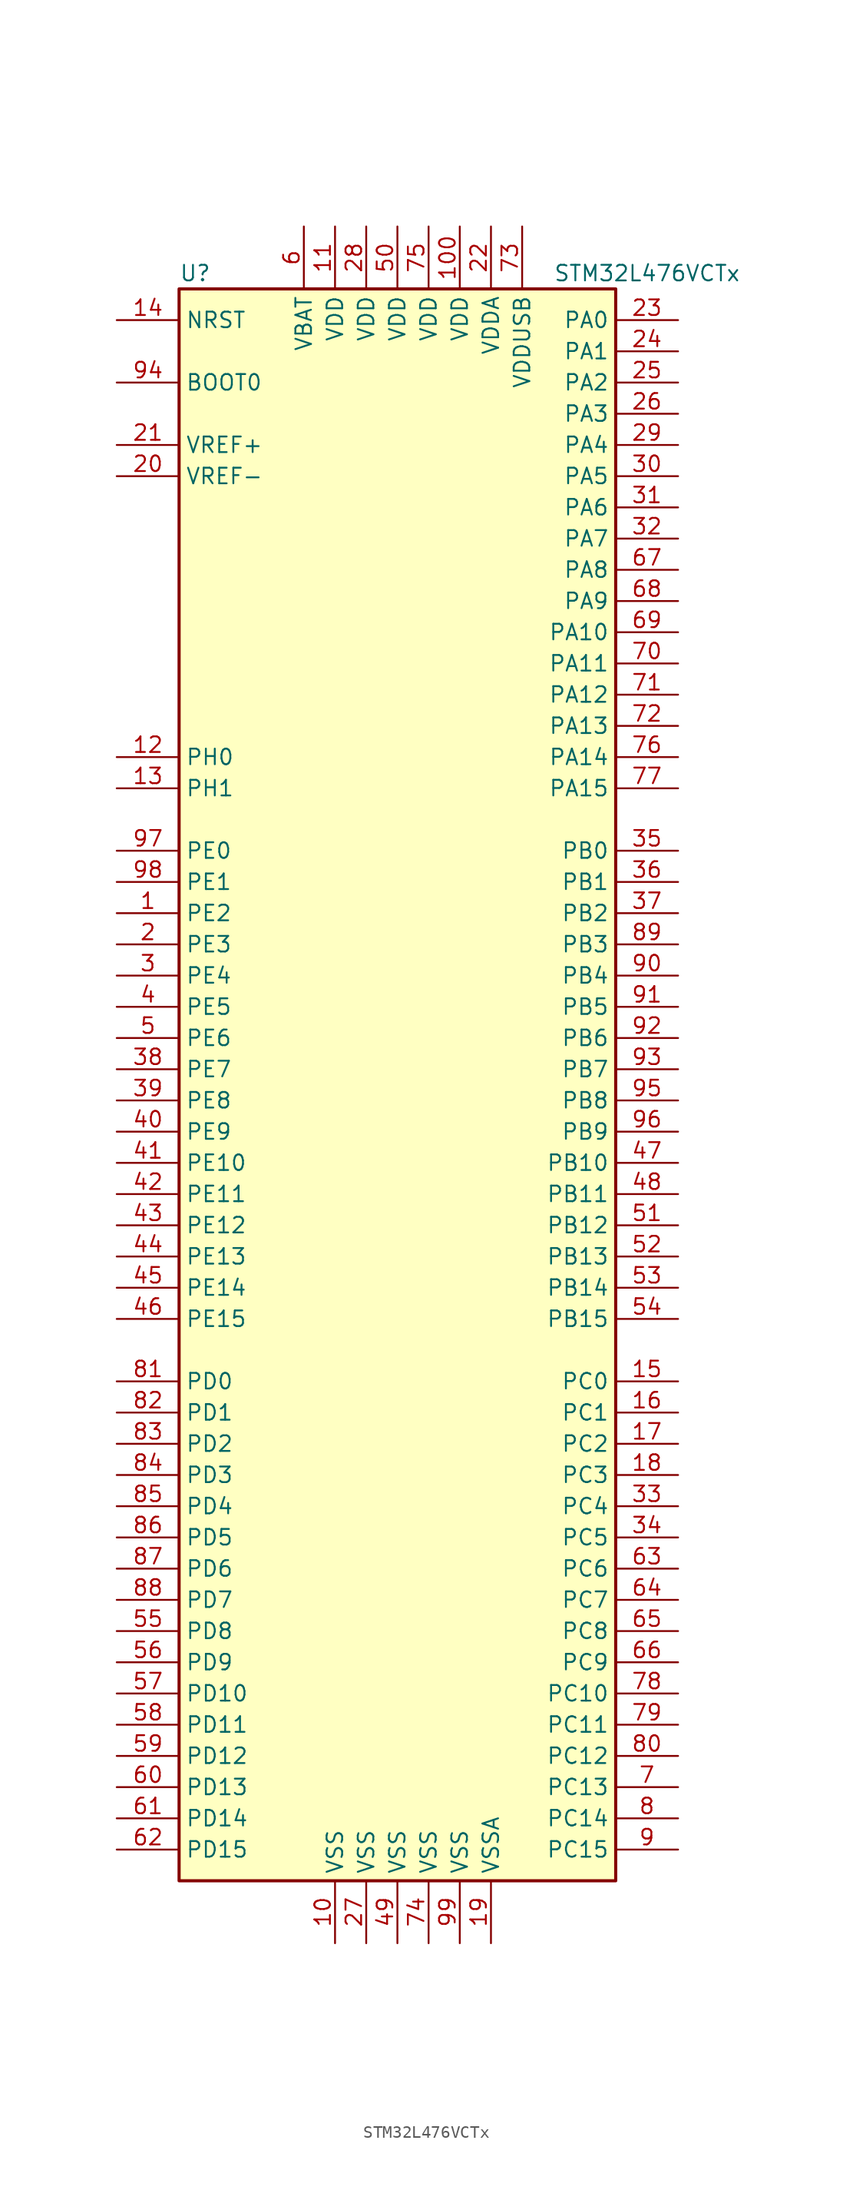
<source format=kicad_sym>
(kicad_symbol_lib
  (version 20201005)
  (generator kicad_symbol_editor)
  (symbol "MCU_ST_STM32L4:STM32L476VCTx"
    (property "Reference" "U"
      (at -17.78 64.77 0)
      (effects (font (size 1.27 1.27)) (justify left)))
    (property "Value" "STM32L476VCTx"
      (at 12.7 64.77 0)
      (effects (font (size 1.27 1.27)) (justify left)))
    (symbol "STM32L476VCTx_0_1"
      (rectangle (start -17.78 -66.04) (end 17.78 63.5) (stroke (width 0.254)) (fill (type background))))
    (symbol "STM32L476VCTx_1_1"
      (pin bidirectional line (at -22.86 12.7 0) (length 5.08) (name "PE2" (effects (font (size 1.27 1.27)))) (number "1" (effects (font (size 1.27 1.27)))))
      (pin power_in line (at -5.08 -71.12 90) (length 5.08) (name "VSS" (effects (font (size 1.27 1.27)))) (number "10" (effects (font (size 1.27 1.27)))))
      (pin power_in line (at 5.08 68.58 270) (length 5.08) (name "VDD" (effects (font (size 1.27 1.27)))) (number "100" (effects (font (size 1.27 1.27)))))
      (pin power_in line (at -5.08 68.58 270) (length 5.08) (name "VDD" (effects (font (size 1.27 1.27)))) (number "11" (effects (font (size 1.27 1.27)))))
      (pin input line (at -22.86 25.4 0) (length 5.08) (name "PH0" (effects (font (size 1.27 1.27)))) (number "12" (effects (font (size 1.27 1.27)))))
      (pin input line (at -22.86 22.86 0) (length 5.08) (name "PH1" (effects (font (size 1.27 1.27)))) (number "13" (effects (font (size 1.27 1.27)))))
      (pin input line (at -22.86 60.96 0) (length 5.08) (name "NRST" (effects (font (size 1.27 1.27)))) (number "14" (effects (font (size 1.27 1.27)))))
      (pin bidirectional line (at 22.86 -25.4 180) (length 5.08) (name "PC0" (effects (font (size 1.27 1.27)))) (number "15" (effects (font (size 1.27 1.27)))))
      (pin bidirectional line (at 22.86 -27.94 180) (length 5.08) (name "PC1" (effects (font (size 1.27 1.27)))) (number "16" (effects (font (size 1.27 1.27)))))
      (pin bidirectional line (at 22.86 -30.48 180) (length 5.08) (name "PC2" (effects (font (size 1.27 1.27)))) (number "17" (effects (font (size 1.27 1.27)))))
      (pin bidirectional line (at 22.86 -33.02 180) (length 5.08) (name "PC3" (effects (font (size 1.27 1.27)))) (number "18" (effects (font (size 1.27 1.27)))))
      (pin power_in line (at 7.62 -71.12 90) (length 5.08) (name "VSSA" (effects (font (size 1.27 1.27)))) (number "19" (effects (font (size 1.27 1.27)))))
      (pin bidirectional line (at -22.86 10.16 0) (length 5.08) (name "PE3" (effects (font (size 1.27 1.27)))) (number "2" (effects (font (size 1.27 1.27)))))
      (pin power_in line (at -22.86 48.26 0) (length 5.08) (name "VREF-" (effects (font (size 1.27 1.27)))) (number "20" (effects (font (size 1.27 1.27)))))
      (pin bidirectional line (at -22.86 50.8 0) (length 5.08) (name "VREF+" (effects (font (size 1.27 1.27)))) (number "21" (effects (font (size 1.27 1.27)))))
      (pin power_in line (at 7.62 68.58 270) (length 5.08) (name "VDDA" (effects (font (size 1.27 1.27)))) (number "22" (effects (font (size 1.27 1.27)))))
      (pin bidirectional line (at 22.86 60.96 180) (length 5.08) (name "PA0" (effects (font (size 1.27 1.27)))) (number "23" (effects (font (size 1.27 1.27)))))
      (pin bidirectional line (at 22.86 58.42 180) (length 5.08) (name "PA1" (effects (font (size 1.27 1.27)))) (number "24" (effects (font (size 1.27 1.27)))))
      (pin bidirectional line (at 22.86 55.88 180) (length 5.08) (name "PA2" (effects (font (size 1.27 1.27)))) (number "25" (effects (font (size 1.27 1.27)))))
      (pin bidirectional line (at 22.86 53.34 180) (length 5.08) (name "PA3" (effects (font (size 1.27 1.27)))) (number "26" (effects (font (size 1.27 1.27)))))
      (pin power_in line (at -2.54 -71.12 90) (length 5.08) (name "VSS" (effects (font (size 1.27 1.27)))) (number "27" (effects (font (size 1.27 1.27)))))
      (pin power_in line (at -2.54 68.58 270) (length 5.08) (name "VDD" (effects (font (size 1.27 1.27)))) (number "28" (effects (font (size 1.27 1.27)))))
      (pin bidirectional line (at 22.86 50.8 180) (length 5.08) (name "PA4" (effects (font (size 1.27 1.27)))) (number "29" (effects (font (size 1.27 1.27)))))
      (pin bidirectional line (at -22.86 7.62 0) (length 5.08) (name "PE4" (effects (font (size 1.27 1.27)))) (number "3" (effects (font (size 1.27 1.27)))))
      (pin bidirectional line (at 22.86 48.26 180) (length 5.08) (name "PA5" (effects (font (size 1.27 1.27)))) (number "30" (effects (font (size 1.27 1.27)))))
      (pin bidirectional line (at 22.86 45.72 180) (length 5.08) (name "PA6" (effects (font (size 1.27 1.27)))) (number "31" (effects (font (size 1.27 1.27)))))
      (pin bidirectional line (at 22.86 43.18 180) (length 5.08) (name "PA7" (effects (font (size 1.27 1.27)))) (number "32" (effects (font (size 1.27 1.27)))))
      (pin bidirectional line (at 22.86 -35.56 180) (length 5.08) (name "PC4" (effects (font (size 1.27 1.27)))) (number "33" (effects (font (size 1.27 1.27)))))
      (pin bidirectional line (at 22.86 -38.1 180) (length 5.08) (name "PC5" (effects (font (size 1.27 1.27)))) (number "34" (effects (font (size 1.27 1.27)))))
      (pin bidirectional line (at 22.86 17.78 180) (length 5.08) (name "PB0" (effects (font (size 1.27 1.27)))) (number "35" (effects (font (size 1.27 1.27)))))
      (pin bidirectional line (at 22.86 15.24 180) (length 5.08) (name "PB1" (effects (font (size 1.27 1.27)))) (number "36" (effects (font (size 1.27 1.27)))))
      (pin bidirectional line (at 22.86 12.7 180) (length 5.08) (name "PB2" (effects (font (size 1.27 1.27)))) (number "37" (effects (font (size 1.27 1.27)))))
      (pin bidirectional line (at -22.86 0 0) (length 5.08) (name "PE7" (effects (font (size 1.27 1.27)))) (number "38" (effects (font (size 1.27 1.27)))))
      (pin bidirectional line (at -22.86 -2.54 0) (length 5.08) (name "PE8" (effects (font (size 1.27 1.27)))) (number "39" (effects (font (size 1.27 1.27)))))
      (pin bidirectional line (at -22.86 5.08 0) (length 5.08) (name "PE5" (effects (font (size 1.27 1.27)))) (number "4" (effects (font (size 1.27 1.27)))))
      (pin bidirectional line (at -22.86 -5.08 0) (length 5.08) (name "PE9" (effects (font (size 1.27 1.27)))) (number "40" (effects (font (size 1.27 1.27)))))
      (pin bidirectional line (at -22.86 -7.62 0) (length 5.08) (name "PE10" (effects (font (size 1.27 1.27)))) (number "41" (effects (font (size 1.27 1.27)))))
      (pin bidirectional line (at -22.86 -10.16 0) (length 5.08) (name "PE11" (effects (font (size 1.27 1.27)))) (number "42" (effects (font (size 1.27 1.27)))))
      (pin bidirectional line (at -22.86 -12.7 0) (length 5.08) (name "PE12" (effects (font (size 1.27 1.27)))) (number "43" (effects (font (size 1.27 1.27)))))
      (pin bidirectional line (at -22.86 -15.24 0) (length 5.08) (name "PE13" (effects (font (size 1.27 1.27)))) (number "44" (effects (font (size 1.27 1.27)))))
      (pin bidirectional line (at -22.86 -17.78 0) (length 5.08) (name "PE14" (effects (font (size 1.27 1.27)))) (number "45" (effects (font (size 1.27 1.27)))))
      (pin bidirectional line (at -22.86 -20.32 0) (length 5.08) (name "PE15" (effects (font (size 1.27 1.27)))) (number "46" (effects (font (size 1.27 1.27)))))
      (pin bidirectional line (at 22.86 -7.62 180) (length 5.08) (name "PB10" (effects (font (size 1.27 1.27)))) (number "47" (effects (font (size 1.27 1.27)))))
      (pin bidirectional line (at 22.86 -10.16 180) (length 5.08) (name "PB11" (effects (font (size 1.27 1.27)))) (number "48" (effects (font (size 1.27 1.27)))))
      (pin power_in line (at 0 -71.12 90) (length 5.08) (name "VSS" (effects (font (size 1.27 1.27)))) (number "49" (effects (font (size 1.27 1.27)))))
      (pin bidirectional line (at -22.86 2.54 0) (length 5.08) (name "PE6" (effects (font (size 1.27 1.27)))) (number "5" (effects (font (size 1.27 1.27)))))
      (pin power_in line (at 0 68.58 270) (length 5.08) (name "VDD" (effects (font (size 1.27 1.27)))) (number "50" (effects (font (size 1.27 1.27)))))
      (pin bidirectional line (at 22.86 -12.7 180) (length 5.08) (name "PB12" (effects (font (size 1.27 1.27)))) (number "51" (effects (font (size 1.27 1.27)))))
      (pin bidirectional line (at 22.86 -15.24 180) (length 5.08) (name "PB13" (effects (font (size 1.27 1.27)))) (number "52" (effects (font (size 1.27 1.27)))))
      (pin bidirectional line (at 22.86 -17.78 180) (length 5.08) (name "PB14" (effects (font (size 1.27 1.27)))) (number "53" (effects (font (size 1.27 1.27)))))
      (pin bidirectional line (at 22.86 -20.32 180) (length 5.08) (name "PB15" (effects (font (size 1.27 1.27)))) (number "54" (effects (font (size 1.27 1.27)))))
      (pin bidirectional line (at -22.86 -45.72 0) (length 5.08) (name "PD8" (effects (font (size 1.27 1.27)))) (number "55" (effects (font (size 1.27 1.27)))))
      (pin bidirectional line (at -22.86 -48.26 0) (length 5.08) (name "PD9" (effects (font (size 1.27 1.27)))) (number "56" (effects (font (size 1.27 1.27)))))
      (pin bidirectional line (at -22.86 -50.8 0) (length 5.08) (name "PD10" (effects (font (size 1.27 1.27)))) (number "57" (effects (font (size 1.27 1.27)))))
      (pin bidirectional line (at -22.86 -53.34 0) (length 5.08) (name "PD11" (effects (font (size 1.27 1.27)))) (number "58" (effects (font (size 1.27 1.27)))))
      (pin bidirectional line (at -22.86 -55.88 0) (length 5.08) (name "PD12" (effects (font (size 1.27 1.27)))) (number "59" (effects (font (size 1.27 1.27)))))
      (pin power_in line (at -7.62 68.58 270) (length 5.08) (name "VBAT" (effects (font (size 1.27 1.27)))) (number "6" (effects (font (size 1.27 1.27)))))
      (pin bidirectional line (at -22.86 -58.42 0) (length 5.08) (name "PD13" (effects (font (size 1.27 1.27)))) (number "60" (effects (font (size 1.27 1.27)))))
      (pin bidirectional line (at -22.86 -60.96 0) (length 5.08) (name "PD14" (effects (font (size 1.27 1.27)))) (number "61" (effects (font (size 1.27 1.27)))))
      (pin bidirectional line (at -22.86 -63.5 0) (length 5.08) (name "PD15" (effects (font (size 1.27 1.27)))) (number "62" (effects (font (size 1.27 1.27)))))
      (pin bidirectional line (at 22.86 -40.64 180) (length 5.08) (name "PC6" (effects (font (size 1.27 1.27)))) (number "63" (effects (font (size 1.27 1.27)))))
      (pin bidirectional line (at 22.86 -43.18 180) (length 5.08) (name "PC7" (effects (font (size 1.27 1.27)))) (number "64" (effects (font (size 1.27 1.27)))))
      (pin bidirectional line (at 22.86 -45.72 180) (length 5.08) (name "PC8" (effects (font (size 1.27 1.27)))) (number "65" (effects (font (size 1.27 1.27)))))
      (pin bidirectional line (at 22.86 -48.26 180) (length 5.08) (name "PC9" (effects (font (size 1.27 1.27)))) (number "66" (effects (font (size 1.27 1.27)))))
      (pin bidirectional line (at 22.86 40.64 180) (length 5.08) (name "PA8" (effects (font (size 1.27 1.27)))) (number "67" (effects (font (size 1.27 1.27)))))
      (pin bidirectional line (at 22.86 38.1 180) (length 5.08) (name "PA9" (effects (font (size 1.27 1.27)))) (number "68" (effects (font (size 1.27 1.27)))))
      (pin bidirectional line (at 22.86 35.56 180) (length 5.08) (name "PA10" (effects (font (size 1.27 1.27)))) (number "69" (effects (font (size 1.27 1.27)))))
      (pin bidirectional line (at 22.86 -58.42 180) (length 5.08) (name "PC13" (effects (font (size 1.27 1.27)))) (number "7" (effects (font (size 1.27 1.27)))))
      (pin bidirectional line (at 22.86 33.02 180) (length 5.08) (name "PA11" (effects (font (size 1.27 1.27)))) (number "70" (effects (font (size 1.27 1.27)))))
      (pin bidirectional line (at 22.86 30.48 180) (length 5.08) (name "PA12" (effects (font (size 1.27 1.27)))) (number "71" (effects (font (size 1.27 1.27)))))
      (pin bidirectional line (at 22.86 27.94 180) (length 5.08) (name "PA13" (effects (font (size 1.27 1.27)))) (number "72" (effects (font (size 1.27 1.27)))))
      (pin power_in line (at 10.16 68.58 270) (length 5.08) (name "VDDUSB" (effects (font (size 1.27 1.27)))) (number "73" (effects (font (size 1.27 1.27)))))
      (pin power_in line (at 2.54 -71.12 90) (length 5.08) (name "VSS" (effects (font (size 1.27 1.27)))) (number "74" (effects (font (size 1.27 1.27)))))
      (pin power_in line (at 2.54 68.58 270) (length 5.08) (name "VDD" (effects (font (size 1.27 1.27)))) (number "75" (effects (font (size 1.27 1.27)))))
      (pin bidirectional line (at 22.86 25.4 180) (length 5.08) (name "PA14" (effects (font (size 1.27 1.27)))) (number "76" (effects (font (size 1.27 1.27)))))
      (pin bidirectional line (at 22.86 22.86 180) (length 5.08) (name "PA15" (effects (font (size 1.27 1.27)))) (number "77" (effects (font (size 1.27 1.27)))))
      (pin bidirectional line (at 22.86 -50.8 180) (length 5.08) (name "PC10" (effects (font (size 1.27 1.27)))) (number "78" (effects (font (size 1.27 1.27)))))
      (pin bidirectional line (at 22.86 -53.34 180) (length 5.08) (name "PC11" (effects (font (size 1.27 1.27)))) (number "79" (effects (font (size 1.27 1.27)))))
      (pin bidirectional line (at 22.86 -60.96 180) (length 5.08) (name "PC14" (effects (font (size 1.27 1.27)))) (number "8" (effects (font (size 1.27 1.27)))))
      (pin bidirectional line (at 22.86 -55.88 180) (length 5.08) (name "PC12" (effects (font (size 1.27 1.27)))) (number "80" (effects (font (size 1.27 1.27)))))
      (pin bidirectional line (at -22.86 -25.4 0) (length 5.08) (name "PD0" (effects (font (size 1.27 1.27)))) (number "81" (effects (font (size 1.27 1.27)))))
      (pin bidirectional line (at -22.86 -27.94 0) (length 5.08) (name "PD1" (effects (font (size 1.27 1.27)))) (number "82" (effects (font (size 1.27 1.27)))))
      (pin bidirectional line (at -22.86 -30.48 0) (length 5.08) (name "PD2" (effects (font (size 1.27 1.27)))) (number "83" (effects (font (size 1.27 1.27)))))
      (pin bidirectional line (at -22.86 -33.02 0) (length 5.08) (name "PD3" (effects (font (size 1.27 1.27)))) (number "84" (effects (font (size 1.27 1.27)))))
      (pin bidirectional line (at -22.86 -35.56 0) (length 5.08) (name "PD4" (effects (font (size 1.27 1.27)))) (number "85" (effects (font (size 1.27 1.27)))))
      (pin bidirectional line (at -22.86 -38.1 0) (length 5.08) (name "PD5" (effects (font (size 1.27 1.27)))) (number "86" (effects (font (size 1.27 1.27)))))
      (pin bidirectional line (at -22.86 -40.64 0) (length 5.08) (name "PD6" (effects (font (size 1.27 1.27)))) (number "87" (effects (font (size 1.27 1.27)))))
      (pin bidirectional line (at -22.86 -43.18 0) (length 5.08) (name "PD7" (effects (font (size 1.27 1.27)))) (number "88" (effects (font (size 1.27 1.27)))))
      (pin bidirectional line (at 22.86 10.16 180) (length 5.08) (name "PB3" (effects (font (size 1.27 1.27)))) (number "89" (effects (font (size 1.27 1.27)))))
      (pin bidirectional line (at 22.86 -63.5 180) (length 5.08) (name "PC15" (effects (font (size 1.27 1.27)))) (number "9" (effects (font (size 1.27 1.27)))))
      (pin bidirectional line (at 22.86 7.62 180) (length 5.08) (name "PB4" (effects (font (size 1.27 1.27)))) (number "90" (effects (font (size 1.27 1.27)))))
      (pin bidirectional line (at 22.86 5.08 180) (length 5.08) (name "PB5" (effects (font (size 1.27 1.27)))) (number "91" (effects (font (size 1.27 1.27)))))
      (pin bidirectional line (at 22.86 2.54 180) (length 5.08) (name "PB6" (effects (font (size 1.27 1.27)))) (number "92" (effects (font (size 1.27 1.27)))))
      (pin bidirectional line (at 22.86 0 180) (length 5.08) (name "PB7" (effects (font (size 1.27 1.27)))) (number "93" (effects (font (size 1.27 1.27)))))
      (pin input line (at -22.86 55.88 0) (length 5.08) (name "BOOT0" (effects (font (size 1.27 1.27)))) (number "94" (effects (font (size 1.27 1.27)))))
      (pin bidirectional line (at 22.86 -2.54 180) (length 5.08) (name "PB8" (effects (font (size 1.27 1.27)))) (number "95" (effects (font (size 1.27 1.27)))))
      (pin bidirectional line (at 22.86 -5.08 180) (length 5.08) (name "PB9" (effects (font (size 1.27 1.27)))) (number "96" (effects (font (size 1.27 1.27)))))
      (pin bidirectional line (at -22.86 17.78 0) (length 5.08) (name "PE0" (effects (font (size 1.27 1.27)))) (number "97" (effects (font (size 1.27 1.27)))))
      (pin bidirectional line (at -22.86 15.24 0) (length 5.08) (name "PE1" (effects (font (size 1.27 1.27)))) (number "98" (effects (font (size 1.27 1.27)))))
      (pin power_in line (at 5.08 -71.12 90) (length 5.08) (name "VSS" (effects (font (size 1.27 1.27)))) (number "99" (effects (font (size 1.27 1.27))))))))
</source>
